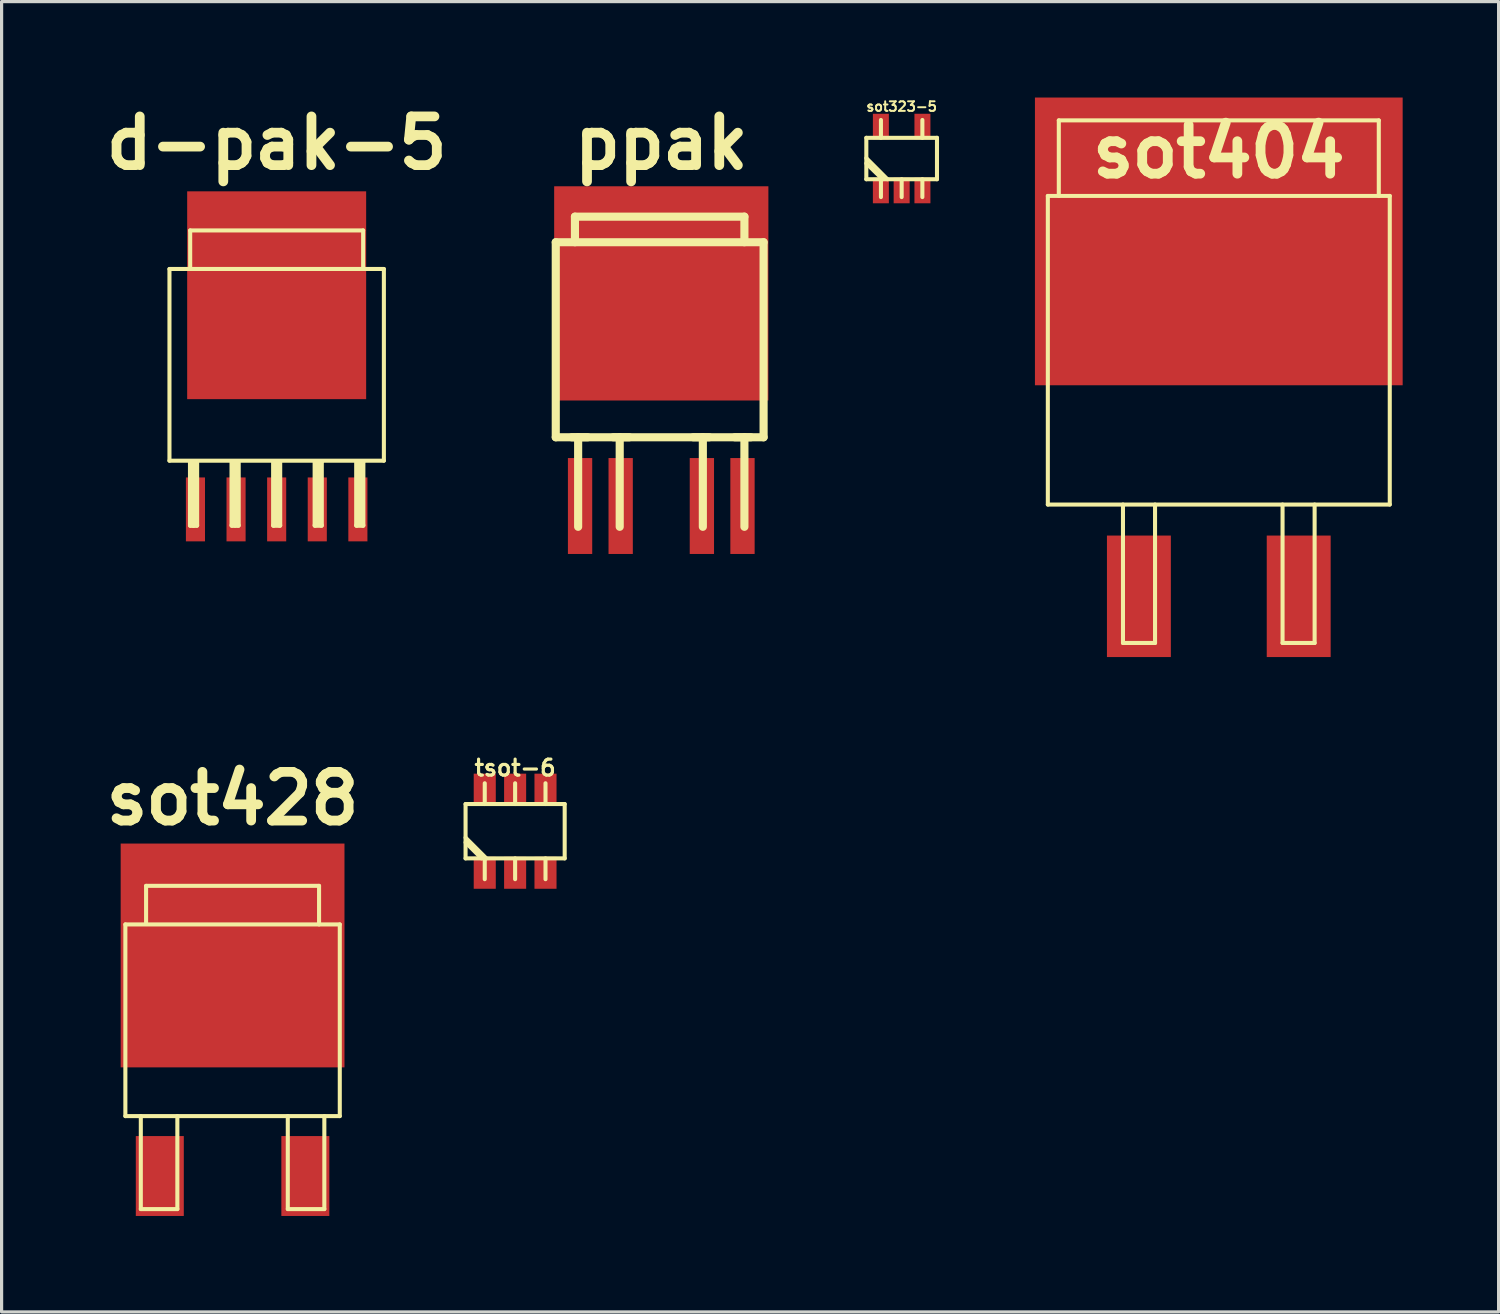
<source format=kicad_pcb>
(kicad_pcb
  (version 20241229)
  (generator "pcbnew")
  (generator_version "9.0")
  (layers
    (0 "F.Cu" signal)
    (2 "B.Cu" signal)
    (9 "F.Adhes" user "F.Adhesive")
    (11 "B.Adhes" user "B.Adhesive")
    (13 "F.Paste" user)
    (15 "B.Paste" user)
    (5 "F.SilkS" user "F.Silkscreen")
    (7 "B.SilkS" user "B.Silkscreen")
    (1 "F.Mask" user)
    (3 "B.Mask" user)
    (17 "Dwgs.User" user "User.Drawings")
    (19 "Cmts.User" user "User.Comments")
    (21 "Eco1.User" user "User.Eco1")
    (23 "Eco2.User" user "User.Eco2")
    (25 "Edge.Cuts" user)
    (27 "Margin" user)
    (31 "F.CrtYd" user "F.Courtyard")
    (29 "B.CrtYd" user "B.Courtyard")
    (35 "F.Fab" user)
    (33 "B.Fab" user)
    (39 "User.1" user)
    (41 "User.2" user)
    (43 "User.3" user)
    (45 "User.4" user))
  (footprint "sot428"
    (layer "F.Cu")
    (at 4.224 30.282)
    (property "Reference" "sot428" (at 0 -8.357 0) (layer "F.SilkS") (effects (font (size 1.524 1.524) (thickness 0.305))))
    (attr through_hole)
    (fp_line (start -3.353 -4.42) (end -3.353 1.575) (stroke (width 0.127) (type solid)) (layer "F.SilkS"))
    (fp_line (start -2.87 1.575) (end -2.87 4.483) (stroke (width 0.127) (type solid)) (layer "F.SilkS"))
    (fp_line (start -2.87 4.483) (end -1.727 4.483) (stroke (width 0.127) (type solid)) (layer "F.SilkS"))
    (fp_line (start -2.705 -5.626) (end 2.705 -5.626) (stroke (width 0.127) (type solid)) (layer "F.SilkS"))
    (fp_line (start -2.705 -4.432) (end -2.705 -5.626) (stroke (width 0.127) (type solid)) (layer "F.SilkS"))
    (fp_line (start -1.727 4.483) (end -1.727 1.575) (stroke (width 0.127) (type solid)) (layer "F.SilkS"))
    (fp_line (start 1.727 1.575) (end 1.727 4.483) (stroke (width 0.127) (type solid)) (layer "F.SilkS"))
    (fp_line (start 1.727 4.483) (end 2.87 4.483) (stroke (width 0.127) (type solid)) (layer "F.SilkS"))
    (fp_line (start 2.705 -5.626) (end 2.705 -4.42) (stroke (width 0.127) (type solid)) (layer "F.SilkS"))
    (fp_line (start 2.87 4.483) (end 2.87 1.575) (stroke (width 0.127) (type solid)) (layer "F.SilkS"))
    (fp_line (start 3.353 -4.42) (end -3.353 -4.42) (stroke (width 0.127) (type solid)) (layer "F.SilkS"))
    (fp_line (start 3.353 1.575) (end -3.353 1.575) (stroke (width 0.127) (type solid)) (layer "F.SilkS"))
    (fp_line (start 3.353 1.575) (end 3.353 -4.42) (stroke (width 0.127) (type solid)) (layer "F.SilkS"))
    (pad "1" smd rect (at -2.276 3.449) (size 1.501 2.499) (layers "F.Cu" "F.Mask" "F.Paste"))
    (pad "2" smd rect (at 0 -3.449) (size 7 7) (layers "F.Cu" "F.Mask" "F.Paste"))
    (pad "3" smd rect (at 2.276 3.449) (size 1.501 2.499) (layers "F.Cu" "F.Mask" "F.Paste")))
  (footprint "sot323-5"
    (layer "F.Cu")
    (at 25.15 1.908)
    (property "Reference" "sot323-5" (at 0 -1.626 0) (layer "F.SilkS") (effects (font (size 0.3 0.3) (thickness 0.061))))
    (attr through_hole)
    (fp_line (start -1.105 -0.648) (end 1.105 -0.648) (stroke (width 0.127) (type solid)) (layer "F.SilkS"))
    (fp_line (start -1.105 0.648) (end -1.105 -0.648) (stroke (width 0.127) (type solid)) (layer "F.SilkS"))
    (fp_line (start -0.648 -0.648) (end -0.648 -1.206) (stroke (width 0.127) (type solid)) (layer "F.SilkS"))
    (fp_line (start -0.648 0.648) (end -0.648 1.206) (stroke (width 0.127) (type solid)) (layer "F.SilkS"))
    (fp_line (start -0.597 0.648) (end -1.105 0.152) (stroke (width 0.127) (type solid)) (layer "F.SilkS"))
    (fp_line (start -0.445 0.648) (end -1.105 -0.013) (stroke (width 0.127) (type solid)) (layer "F.SilkS"))
    (fp_line (start 0 0.648) (end 0 1.206) (stroke (width 0.127) (type solid)) (layer "F.SilkS"))
    (fp_line (start 0.648 -0.648) (end 0.648 -1.206) (stroke (width 0.127) (type solid)) (layer "F.SilkS"))
    (fp_line (start 0.648 0.648) (end 0.648 1.206) (stroke (width 0.127) (type solid)) (layer "F.SilkS"))
    (fp_line (start 1.105 -0.648) (end 1.105 0.648) (stroke (width 0.127) (type solid)) (layer "F.SilkS"))
    (fp_line (start 1.105 0.648) (end -1.105 0.648) (stroke (width 0.127) (type solid)) (layer "F.SilkS"))
    (pad "1" smd rect (at -0.65 1) (size 0.5 0.8) (layers "F.Cu" "F.Mask" "F.Paste"))
    (pad "2" smd rect (at 0 1) (size 0.5 0.8) (layers "F.Cu" "F.Mask" "F.Paste"))
    (pad "3" smd rect (at 0.65 1) (size 0.5 0.8) (layers "F.Cu" "F.Mask" "F.Paste"))
    (pad "4" smd rect (at 0.65 -1) (size 0.5 0.8) (layers "F.Cu" "F.Mask" "F.Paste"))
    (pad "5" smd rect (at -0.65 -1) (size 0.5 0.8) (layers "F.Cu" "F.Mask" "F.Paste")))
  (footprint "tsot-6"
    (layer "F.Cu")
    (at 13.061 22.947)
    (property "Reference" "tsot-6" (at 0 -1.981 0) (layer "F.SilkS") (effects (font (size 0.5 0.5) (thickness 0.099))))
    (attr through_hole)
    (fp_line (start -1.55 -0.85) (end 1.55 -0.85) (stroke (width 0.127) (type solid)) (layer "F.SilkS"))
    (fp_line (start -1.55 0.85) (end -1.55 -0.85) (stroke (width 0.127) (type solid)) (layer "F.SilkS"))
    (fp_line (start -1.05 0.85) (end -1.55 0.35) (stroke (width 0.127) (type solid)) (layer "F.SilkS"))
    (fp_line (start -0.95 -0.85) (end -0.95 -1.5) (stroke (width 0.127) (type solid)) (layer "F.SilkS"))
    (fp_line (start -0.95 0.85) (end -0.95 1.5) (stroke (width 0.127) (type solid)) (layer "F.SilkS"))
    (fp_line (start -0.9 0.85) (end -1.55 0.2) (stroke (width 0.127) (type solid)) (layer "F.SilkS"))
    (fp_line (start 0 -0.85) (end 0 -1.5) (stroke (width 0.127) (type solid)) (layer "F.SilkS"))
    (fp_line (start 0 0.85) (end 0 1.5) (stroke (width 0.127) (type solid)) (layer "F.SilkS"))
    (fp_line (start 0.95 -0.85) (end 0.95 -1.5) (stroke (width 0.127) (type solid)) (layer "F.SilkS"))
    (fp_line (start 0.95 0.85) (end 0.95 1.5) (stroke (width 0.127) (type solid)) (layer "F.SilkS"))
    (fp_line (start 1.55 -0.85) (end 1.55 0.85) (stroke (width 0.127) (type solid)) (layer "F.SilkS"))
    (fp_line (start 1.55 0.85) (end -1.55 0.85) (stroke (width 0.127) (type solid)) (layer "F.SilkS"))
    (pad "1" smd rect (at -0.95 1.3) (size 0.69 1) (layers "F.Cu" "F.Mask" "F.Paste"))
    (pad "2" smd rect (at 0 1.3) (size 0.69 1) (layers "F.Cu" "F.Mask" "F.Paste"))
    (pad "3" smd rect (at 0.95 1.3) (size 0.69 1) (layers "F.Cu" "F.Mask" "F.Paste"))
    (pad "4" smd rect (at 0.95 -1.3) (size 0.69 1) (layers "F.Cu" "F.Mask" "F.Paste"))
    (pad "5" smd rect (at 0 -1.3) (size 0.69 1) (layers "F.Cu" "F.Mask" "F.Paste"))
    (pad "6" smd rect (at -0.95 -1.3) (size 0.69 1) (layers "F.Cu" "F.Mask" "F.Paste")))
  (footprint "d-pak-5"
    (layer "F.Cu")
    (at 5.603 9.783)
    (property "Reference" "d-pak-5" (at 0 -8.357 0) (layer "F.SilkS") (effects (font (size 1.524 1.524) (thickness 0.305))))
    (attr through_hole)
    (fp_line (start -3.353 -4.42) (end -3.353 1.575) (stroke (width 0.127) (type solid)) (layer "F.SilkS"))
    (fp_line (start -2.705 -5.626) (end 2.705 -5.626) (stroke (width 0.127) (type solid)) (layer "F.SilkS"))
    (fp_line (start -2.705 -4.432) (end -2.705 -5.626) (stroke (width 0.127) (type solid)) (layer "F.SilkS"))
    (fp_line (start -2.7 3.599) (end -2.7 1.6) (stroke (width 0.15) (type solid)) (layer "F.SilkS"))
    (fp_line (start -2.601 1.6) (end -2.601 3.599) (stroke (width 0.15) (type solid)) (layer "F.SilkS"))
    (fp_line (start -2.601 3.599) (end -2.7 3.599) (stroke (width 0.15) (type solid)) (layer "F.SilkS"))
    (fp_line (start -2.601 3.599) (end -2.499 3.599) (stroke (width 0.15) (type solid)) (layer "F.SilkS"))
    (fp_line (start -2.499 3.599) (end -2.499 1.6) (stroke (width 0.15) (type solid)) (layer "F.SilkS"))
    (fp_line (start -1.4 3.599) (end -1.4 1.6) (stroke (width 0.15) (type solid)) (layer "F.SilkS"))
    (fp_line (start -1.3 3.599) (end -1.3 1.6) (stroke (width 0.15) (type solid)) (layer "F.SilkS"))
    (fp_line (start -1.199 3.599) (end -1.4 3.599) (stroke (width 0.15) (type solid)) (layer "F.SilkS"))
    (fp_line (start -1.199 3.599) (end -1.199 1.6) (stroke (width 0.15) (type solid)) (layer "F.SilkS"))
    (fp_line (start -0.099 1.6) (end -0.099 3.599) (stroke (width 0.15) (type solid)) (layer "F.SilkS"))
    (fp_line (start -0.099 3.599) (end 0.099 3.599) (stroke (width 0.15) (type solid)) (layer "F.SilkS"))
    (fp_line (start 0 1.6) (end 0 3.5) (stroke (width 0.15) (type solid)) (layer "F.SilkS"))
    (fp_line (start 0.099 1.6) (end 0 1.6) (stroke (width 0.15) (type solid)) (layer "F.SilkS"))
    (fp_line (start 0.099 3.599) (end 0.099 1.6) (stroke (width 0.15) (type solid)) (layer "F.SilkS"))
    (fp_line (start 1.199 1.6) (end 1.199 3.599) (stroke (width 0.15) (type solid)) (layer "F.SilkS"))
    (fp_line (start 1.199 3.599) (end 1.4 3.599) (stroke (width 0.15) (type solid)) (layer "F.SilkS"))
    (fp_line (start 1.3 1.6) (end 1.3 3.5) (stroke (width 0.15) (type solid)) (layer "F.SilkS"))
    (fp_line (start 1.4 1.6) (end 1.3 1.6) (stroke (width 0.15) (type solid)) (layer "F.SilkS"))
    (fp_line (start 1.4 3.599) (end 1.4 1.6) (stroke (width 0.15) (type solid)) (layer "F.SilkS"))
    (fp_line (start 2.499 1.6) (end 2.499 3.599) (stroke (width 0.15) (type solid)) (layer "F.SilkS"))
    (fp_line (start 2.499 3.599) (end 2.7 3.599) (stroke (width 0.15) (type solid)) (layer "F.SilkS"))
    (fp_line (start 2.601 1.6) (end 2.601 3.5) (stroke (width 0.15) (type solid)) (layer "F.SilkS"))
    (fp_line (start 2.7 1.6) (end 2.601 1.6) (stroke (width 0.15) (type solid)) (layer "F.SilkS"))
    (fp_line (start 2.7 3.599) (end 2.7 1.6) (stroke (width 0.15) (type solid)) (layer "F.SilkS"))
    (fp_line (start 2.705 -5.626) (end 2.705 -4.42) (stroke (width 0.127) (type solid)) (layer "F.SilkS"))
    (fp_line (start 3.353 -4.42) (end -3.353 -4.42) (stroke (width 0.127) (type solid)) (layer "F.SilkS"))
    (fp_line (start 3.353 1.575) (end -3.353 1.575) (stroke (width 0.127) (type solid)) (layer "F.SilkS"))
    (fp_line (start 3.353 1.575) (end 3.353 -4.42) (stroke (width 0.127) (type solid)) (layer "F.SilkS"))
    (pad "1" smd rect (at -2.54 3.099) (size 0.597 1.999) (layers "F.Cu" "F.Mask" "F.Paste"))
    (pad "2" smd rect (at -1.27 3.099) (size 0.597 1.999) (layers "F.Cu" "F.Mask" "F.Paste"))
    (pad "3" smd rect (at 0 3.099) (size 0.597 1.999) (layers "F.Cu" "F.Mask" "F.Paste"))
    (pad "4" smd rect (at 1.27 3.099) (size 0.597 1.999) (layers "F.Cu" "F.Mask" "F.Paste"))
    (pad "5" smd rect (at 2.54 3.099) (size 0.597 1.999) (layers "F.Cu" "F.Mask" "F.Paste"))
    (pad "6" smd rect (at 0 -3.599) (size 5.598 6.5) (layers "F.Cu" "F.Mask" "F.Paste")))
  (footprint "sot404"
    (layer "F.Cu")
    (at 35.069 10.05)
    (property "Reference" "sot404" (at 0 -8.357 0) (layer "F.SilkS") (effects (font (size 1.524 1.524) (thickness 0.305))))
    (attr through_hole)
    (fp_line (start -5.347 -6.972) (end 5.347 -6.972) (stroke (width 0.127) (type solid)) (layer "F.SilkS"))
    (fp_line (start -5.347 2.68) (end -5.347 -6.972) (stroke (width 0.127) (type solid)) (layer "F.SilkS"))
    (fp_line (start -5.004 -9.335) (end 5.004 -9.335) (stroke (width 0.127) (type solid)) (layer "F.SilkS"))
    (fp_line (start -5.004 -6.972) (end -5.004 -9.335) (stroke (width 0.127) (type solid)) (layer "F.SilkS"))
    (fp_line (start -2.997 2.68) (end -2.997 7.01) (stroke (width 0.127) (type solid)) (layer "F.SilkS"))
    (fp_line (start -2.997 7.01) (end -1.994 7.01) (stroke (width 0.127) (type solid)) (layer "F.SilkS"))
    (fp_line (start -1.994 7.01) (end -1.994 2.68) (stroke (width 0.127) (type solid)) (layer "F.SilkS"))
    (fp_line (start 1.994 2.68) (end 1.994 7.01) (stroke (width 0.127) (type solid)) (layer "F.SilkS"))
    (fp_line (start 1.994 7.01) (end 2.997 7.01) (stroke (width 0.127) (type solid)) (layer "F.SilkS"))
    (fp_line (start 2.997 7.01) (end 2.997 2.68) (stroke (width 0.127) (type solid)) (layer "F.SilkS"))
    (fp_line (start 5.004 -9.335) (end 5.004 -6.972) (stroke (width 0.127) (type solid)) (layer "F.SilkS"))
    (fp_line (start 5.347 -6.972) (end 5.347 2.68) (stroke (width 0.127) (type solid)) (layer "F.SilkS"))
    (fp_line (start 5.347 2.68) (end -5.347 2.68) (stroke (width 0.127) (type solid)) (layer "F.SilkS"))
    (pad "1" smd rect (at -2.499 5.55) (size 1.999 3.8) (layers "F.Cu" "F.Mask" "F.Paste"))
    (pad "2" smd rect (at 0 -5.55) (size 11.501 8.999) (layers "F.Cu" "F.Mask" "F.Paste"))
    (pad "3" smd rect (at 2.499 5.55) (size 1.999 3.8) (layers "F.Cu" "F.Mask" "F.Paste")))
  (footprint "ppak"
    (layer "F.Cu")
    (at 17.632 8.526)
    (property "Reference" "ppak" (at 0 -7.1 0) (layer "F.SilkS") (effects (font (size 1.524 1.524) (thickness 0.305))))
    (attr through_hole)
    (fp_line (start -3.3 -4) (end 3.2 -4) (stroke (width 0.254) (type solid)) (layer "F.SilkS"))
    (fp_line (start -3.3 2.1) (end -3.3 -4) (stroke (width 0.254) (type solid)) (layer "F.SilkS"))
    (fp_line (start -3.3 2.1) (end 3.2 2.1) (stroke (width 0.254) (type solid)) (layer "F.SilkS"))
    (fp_line (start -2.7 -4.8) (end 2.6 -4.8) (stroke (width 0.254) (type solid)) (layer "F.SilkS"))
    (fp_line (start -2.7 -4) (end -2.7 -4.8) (stroke (width 0.254) (type solid)) (layer "F.SilkS"))
    (fp_line (start -2.6 2.1) (end -2.6 4.9) (stroke (width 0.254) (type solid)) (layer "F.SilkS"))
    (fp_line (start -2.3 2.1) (end -2.8 2.1) (stroke (width 0.254) (type solid)) (layer "F.SilkS"))
    (fp_line (start -1.3 2.1) (end -1.3 4.9) (stroke (width 0.254) (type solid)) (layer "F.SilkS"))
    (fp_line (start -1 2.1) (end -1.5 2.1) (stroke (width 0.254) (type solid)) (layer "F.SilkS"))
    (fp_line (start 1.3 4.9) (end 1.3 2.1) (stroke (width 0.254) (type solid)) (layer "F.SilkS"))
    (fp_line (start 1.5 2.1) (end 1 2.1) (stroke (width 0.254) (type solid)) (layer "F.SilkS"))
    (fp_line (start 2.6 -4.8) (end 2.6 -4) (stroke (width 0.254) (type solid)) (layer "F.SilkS"))
    (fp_line (start 2.6 4.9) (end 2.6 2.1) (stroke (width 0.254) (type solid)) (layer "F.SilkS"))
    (fp_line (start 2.8 2.1) (end 2.3 2.1) (stroke (width 0.254) (type solid)) (layer "F.SilkS"))
    (fp_line (start 3.2 -4) (end 3.2 2.1) (stroke (width 0.254) (type solid)) (layer "F.SilkS"))
    (pad "1" smd rect (at -2.54 4.25) (size 0.76 3) (layers "F.Cu" "F.Mask" "F.Paste"))
    (pad "2" smd rect (at -1.27 4.25) (size 0.76 3) (layers "F.Cu" "F.Mask" "F.Paste"))
    (pad "4" smd rect (at 1.27 4.25) (size 0.76 3) (layers "F.Cu" "F.Mask" "F.Paste"))
    (pad "5" smd rect (at 2.54 4.25) (size 0.76 3) (layers "F.Cu" "F.Mask" "F.Paste"))
    (pad "6" smd rect (at 0 -2.4) (size 6.7 6.7) (layers "F.Cu" "F.Mask" "F.Paste")))
  (gr_rect
    (start -3 -3)
    (end 43.82 37.981)
    (stroke (width 0.1) (type default))
    (fill no)
    (layer "Edge.Cuts")))
</source>
